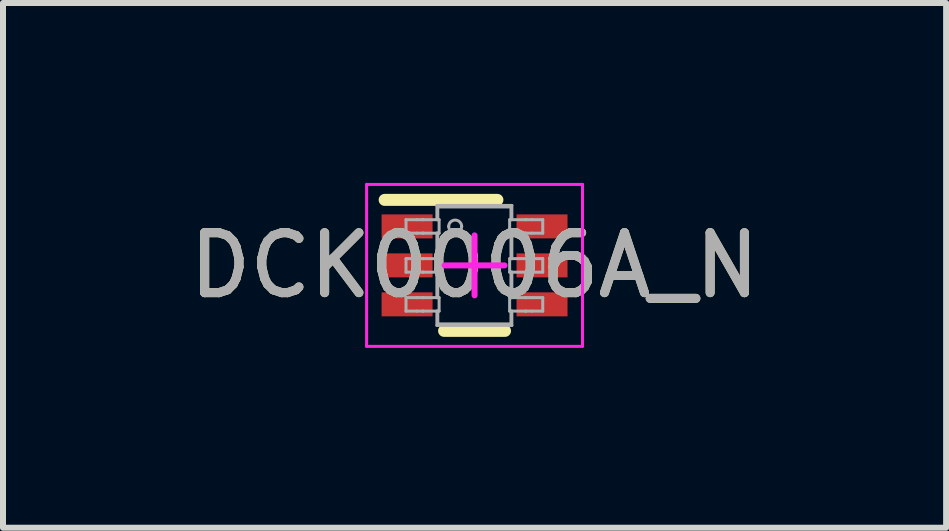
<source format=kicad_pcb>
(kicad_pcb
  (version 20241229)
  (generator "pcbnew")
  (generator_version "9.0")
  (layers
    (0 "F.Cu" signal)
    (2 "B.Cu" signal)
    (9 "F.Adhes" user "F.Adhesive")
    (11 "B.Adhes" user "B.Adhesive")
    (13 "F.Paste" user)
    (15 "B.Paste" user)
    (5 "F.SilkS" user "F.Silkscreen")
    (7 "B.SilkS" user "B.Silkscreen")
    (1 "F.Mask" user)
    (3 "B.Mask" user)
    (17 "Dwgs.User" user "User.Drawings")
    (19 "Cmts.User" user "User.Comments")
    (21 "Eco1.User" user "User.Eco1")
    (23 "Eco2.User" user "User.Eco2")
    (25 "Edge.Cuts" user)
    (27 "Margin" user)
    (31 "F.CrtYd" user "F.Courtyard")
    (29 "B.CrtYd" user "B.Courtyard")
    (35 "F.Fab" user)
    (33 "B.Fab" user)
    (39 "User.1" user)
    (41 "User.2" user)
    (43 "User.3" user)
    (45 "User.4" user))
  (footprint "DCK0006A_N"
    (layer "F.Cu")
    (at 4.863 1.375)
    (property "Reference" "DCK0006A_N" (at 0 0 0) (unlocked yes) (layer "F.SilkS") (effects (font (size 1 1) (thickness 0.15))))
    (attr smd)
    (fp_line (start -1.499 -1.092) (end 0.381 -1.092) (stroke (width 0.2) (type solid)) (layer "F.SilkS"))
    (fp_line (start -0.508 1.092) (end 0.508 1.092) (stroke (width 0.2) (type solid)) (layer "F.SilkS"))
    (fp_line (start -1.8 -1.35) (end 1.8 -1.35) (stroke (width 0.05) (type solid)) (layer "F.CrtYd"))
    (fp_line (start -1.8 1.35) (end -1.8 -1.35) (stroke (width 0.05) (type solid)) (layer "F.CrtYd"))
    (fp_line (start -1.8 1.35) (end 1.8 1.35) (stroke (width 0.05) (type solid)) (layer "F.CrtYd"))
    (fp_line (start -0.5 0) (end 0.5 0) (stroke (width 0.1) (type solid)) (layer "F.CrtYd"))
    (fp_line (start -0.000003 0.5) (end -0.000003 -0.5) (stroke (width 0.1) (type solid)) (layer "F.CrtYd"))
    (fp_line (start 1.8 1.35) (end 1.8 -1.35) (stroke (width 0.05) (type solid)) (layer "F.CrtYd"))
    (fp_line (start -1.143 -0.762) (end -0.959 -0.762) (stroke (width 0.05) (type solid)) (layer "F.Fab"))
    (fp_line (start -1.143 -0.537) (end -1.143 -0.762) (stroke (width 0.05) (type solid)) (layer "F.Fab"))
    (fp_line (start -1.143 -0.537) (end -0.959 -0.537) (stroke (width 0.05) (type solid)) (layer "F.Fab"))
    (fp_line (start -1.143 -0.112) (end -0.959 -0.112) (stroke (width 0.05) (type solid)) (layer "F.Fab"))
    (fp_line (start -1.143 0.113) (end -1.143 -0.112) (stroke (width 0.05) (type solid)) (layer "F.Fab"))
    (fp_line (start -1.143 0.113) (end -0.959 0.113) (stroke (width 0.05) (type solid)) (layer "F.Fab"))
    (fp_line (start -1.143 0.538) (end -0.959 0.538) (stroke (width 0.05) (type solid)) (layer "F.Fab"))
    (fp_line (start -1.143 0.763) (end -1.143 0.538) (stroke (width 0.05) (type solid)) (layer "F.Fab"))
    (fp_line (start -1.143 0.763) (end -0.959 0.763) (stroke (width 0.05) (type solid)) (layer "F.Fab"))
    (fp_line (start -0.959 -0.762) (end -0.865 -0.762) (stroke (width 0.05) (type solid)) (layer "F.Fab"))
    (fp_line (start -0.959 -0.537) (end -0.865 -0.537) (stroke (width 0.05) (type solid)) (layer "F.Fab"))
    (fp_line (start -0.959 -0.112) (end -0.865 -0.112) (stroke (width 0.05) (type solid)) (layer "F.Fab"))
    (fp_line (start -0.959 0.113) (end -0.865 0.113) (stroke (width 0.05) (type solid)) (layer "F.Fab"))
    (fp_line (start -0.959 0.538) (end -0.865 0.538) (stroke (width 0.05) (type solid)) (layer "F.Fab"))
    (fp_line (start -0.959 0.763) (end -0.865 0.763) (stroke (width 0.05) (type solid)) (layer "F.Fab"))
    (fp_line (start -0.865 -0.762) (end -0.853 -0.762) (stroke (width 0.05) (type solid)) (layer "F.Fab"))
    (fp_line (start -0.865 -0.537) (end -0.853 -0.537) (stroke (width 0.05) (type solid)) (layer "F.Fab"))
    (fp_line (start -0.865 -0.112) (end -0.853 -0.112) (stroke (width 0.05) (type solid)) (layer "F.Fab"))
    (fp_line (start -0.865 0.113) (end -0.853 0.113) (stroke (width 0.05) (type solid)) (layer "F.Fab"))
    (fp_line (start -0.865 0.538) (end -0.853 0.538) (stroke (width 0.05) (type solid)) (layer "F.Fab"))
    (fp_line (start -0.865 0.763) (end -0.853 0.763) (stroke (width 0.05) (type solid)) (layer "F.Fab"))
    (fp_line (start -0.853 -0.762) (end -0.628 -0.762) (stroke (width 0.05) (type solid)) (layer "F.Fab"))
    (fp_line (start -0.853 -0.537) (end -0.628 -0.537) (stroke (width 0.05) (type solid)) (layer "F.Fab"))
    (fp_line (start -0.853 -0.112) (end -0.628 -0.112) (stroke (width 0.05) (type solid)) (layer "F.Fab"))
    (fp_line (start -0.853 0.113) (end -0.628 0.113) (stroke (width 0.05) (type solid)) (layer "F.Fab"))
    (fp_line (start -0.853 0.538) (end -0.628 0.538) (stroke (width 0.05) (type solid)) (layer "F.Fab"))
    (fp_line (start -0.853 0.763) (end -0.628 0.763) (stroke (width 0.05) (type solid)) (layer "F.Fab"))
    (fp_line (start -0.628 -0.999) (end 0.622 -0.999) (stroke (width 0.05) (type solid)) (layer "F.Fab"))
    (fp_line (start -0.628 -0.762) (end -0.628 -0.999) (stroke (width 0.05) (type solid)) (layer "F.Fab"))
    (fp_line (start -0.628 -0.762) (end -0.591 -0.762) (stroke (width 0.05) (type solid)) (layer "F.Fab"))
    (fp_line (start -0.628 -0.537) (end -0.591 -0.537) (stroke (width 0.05) (type solid)) (layer "F.Fab"))
    (fp_line (start -0.628 -0.112) (end -0.628 -0.537) (stroke (width 0.05) (type solid)) (layer "F.Fab"))
    (fp_line (start -0.628 -0.112) (end -0.591 -0.112) (stroke (width 0.05) (type solid)) (layer "F.Fab"))
    (fp_line (start -0.628 0.113) (end -0.591 0.113) (stroke (width 0.05) (type solid)) (layer "F.Fab"))
    (fp_line (start -0.628 0.538) (end -0.628 0.113) (stroke (width 0.05) (type solid)) (layer "F.Fab"))
    (fp_line (start -0.628 0.538) (end -0.591 0.538) (stroke (width 0.05) (type solid)) (layer "F.Fab"))
    (fp_line (start -0.628 0.763) (end -0.591 0.763) (stroke (width 0.05) (type solid)) (layer "F.Fab"))
    (fp_line (start -0.628 1.001) (end -0.628 0.763) (stroke (width 0.05) (type solid)) (layer "F.Fab"))
    (fp_line (start -0.628 1.001) (end 0.622 1.001) (stroke (width 0.05) (type solid)) (layer "F.Fab"))
    (fp_line (start -0.613 -0.974) (end 0.607 -0.974) (stroke (width 0.05) (type solid)) (layer "F.Fab"))
    (fp_line (start -0.613 -0.762) (end -0.613 -0.974) (stroke (width 0.05) (type solid)) (layer "F.Fab"))
    (fp_line (start -0.613 -0.112) (end -0.613 -0.537) (stroke (width 0.05) (type solid)) (layer "F.Fab"))
    (fp_line (start -0.613 0.538) (end -0.613 0.113) (stroke (width 0.05) (type solid)) (layer "F.Fab"))
    (fp_line (start -0.613 0.976) (end -0.613 0.763) (stroke (width 0.05) (type solid)) (layer "F.Fab"))
    (fp_line (start -0.613 0.976) (end 0.607 0.976) (stroke (width 0.05) (type solid)) (layer "F.Fab"))
    (fp_line (start -0.591 -0.537) (end -0.591 -0.762) (stroke (width 0.05) (type solid)) (layer "F.Fab"))
    (fp_line (start -0.591 0.113) (end -0.591 -0.112) (stroke (width 0.05) (type solid)) (layer "F.Fab"))
    (fp_line (start -0.591 0.763) (end -0.591 0.538) (stroke (width 0.05) (type solid)) (layer "F.Fab"))
    (fp_line (start 0.585 -0.762) (end 0.622 -0.762) (stroke (width 0.05) (type solid)) (layer "F.Fab"))
    (fp_line (start 0.585 -0.537) (end 0.585 -0.762) (stroke (width 0.05) (type solid)) (layer "F.Fab"))
    (fp_line (start 0.585 -0.537) (end 0.622 -0.537) (stroke (width 0.05) (type solid)) (layer "F.Fab"))
    (fp_line (start 0.585 -0.112) (end 0.622 -0.112) (stroke (width 0.05) (type solid)) (layer "F.Fab"))
    (fp_line (start 0.585 0.113) (end 0.585 -0.112) (stroke (width 0.05) (type solid)) (layer "F.Fab"))
    (fp_line (start 0.585 0.113) (end 0.622 0.113) (stroke (width 0.05) (type solid)) (layer "F.Fab"))
    (fp_line (start 0.585 0.538) (end 0.622 0.538) (stroke (width 0.05) (type solid)) (layer "F.Fab"))
    (fp_line (start 0.585 0.763) (end 0.585 0.538) (stroke (width 0.05) (type solid)) (layer "F.Fab"))
    (fp_line (start 0.585 0.763) (end 0.622 0.763) (stroke (width 0.05) (type solid)) (layer "F.Fab"))
    (fp_line (start 0.607 -0.762) (end 0.607 -0.974) (stroke (width 0.05) (type solid)) (layer "F.Fab"))
    (fp_line (start 0.607 -0.112) (end 0.607 -0.537) (stroke (width 0.05) (type solid)) (layer "F.Fab"))
    (fp_line (start 0.607 0.538) (end 0.607 0.113) (stroke (width 0.05) (type solid)) (layer "F.Fab"))
    (fp_line (start 0.607 0.976) (end 0.607 0.763) (stroke (width 0.05) (type solid)) (layer "F.Fab"))
    (fp_line (start 0.622 -0.762) (end 0.622 -0.999) (stroke (width 0.05) (type solid)) (layer "F.Fab"))
    (fp_line (start 0.622 -0.762) (end 0.847 -0.762) (stroke (width 0.05) (type solid)) (layer "F.Fab"))
    (fp_line (start 0.622 -0.537) (end 0.847 -0.537) (stroke (width 0.05) (type solid)) (layer "F.Fab"))
    (fp_line (start 0.622 -0.112) (end 0.622 -0.537) (stroke (width 0.05) (type solid)) (layer "F.Fab"))
    (fp_line (start 0.622 -0.112) (end 0.847 -0.112) (stroke (width 0.05) (type solid)) (layer "F.Fab"))
    (fp_line (start 0.622 0.113) (end 0.847 0.113) (stroke (width 0.05) (type solid)) (layer "F.Fab"))
    (fp_line (start 0.622 0.538) (end 0.622 0.113) (stroke (width 0.05) (type solid)) (layer "F.Fab"))
    (fp_line (start 0.622 0.538) (end 0.847 0.538) (stroke (width 0.05) (type solid)) (layer "F.Fab"))
    (fp_line (start 0.622 0.763) (end 0.847 0.763) (stroke (width 0.05) (type solid)) (layer "F.Fab"))
    (fp_line (start 0.622 1.001) (end 0.622 0.763) (stroke (width 0.05) (type solid)) (layer "F.Fab"))
    (fp_line (start 0.847 -0.762) (end 0.859 -0.762) (stroke (width 0.05) (type solid)) (layer "F.Fab"))
    (fp_line (start 0.847 -0.537) (end 0.859 -0.537) (stroke (width 0.05) (type solid)) (layer "F.Fab"))
    (fp_line (start 0.847 -0.112) (end 0.859 -0.112) (stroke (width 0.05) (type solid)) (layer "F.Fab"))
    (fp_line (start 0.847 0.113) (end 0.859 0.113) (stroke (width 0.05) (type solid)) (layer "F.Fab"))
    (fp_line (start 0.847 0.538) (end 0.859 0.538) (stroke (width 0.05) (type solid)) (layer "F.Fab"))
    (fp_line (start 0.847 0.763) (end 0.859 0.763) (stroke (width 0.05) (type solid)) (layer "F.Fab"))
    (fp_line (start 0.859 -0.762) (end 0.953 -0.762) (stroke (width 0.05) (type solid)) (layer "F.Fab"))
    (fp_line (start 0.859 -0.537) (end 0.953 -0.537) (stroke (width 0.05) (type solid)) (layer "F.Fab"))
    (fp_line (start 0.859 -0.112) (end 0.953 -0.112) (stroke (width 0.05) (type solid)) (layer "F.Fab"))
    (fp_line (start 0.859 0.113) (end 0.953 0.113) (stroke (width 0.05) (type solid)) (layer "F.Fab"))
    (fp_line (start 0.859 0.538) (end 0.953 0.538) (stroke (width 0.05) (type solid)) (layer "F.Fab"))
    (fp_line (start 0.859 0.763) (end 0.953 0.763) (stroke (width 0.05) (type solid)) (layer "F.Fab"))
    (fp_line (start 0.953 -0.762) (end 1.137 -0.762) (stroke (width 0.05) (type solid)) (layer "F.Fab"))
    (fp_line (start 0.953 -0.537) (end 1.137 -0.537) (stroke (width 0.05) (type solid)) (layer "F.Fab"))
    (fp_line (start 0.953 -0.112) (end 1.137 -0.112) (stroke (width 0.05) (type solid)) (layer "F.Fab"))
    (fp_line (start 0.953 0.113) (end 1.137 0.113) (stroke (width 0.05) (type solid)) (layer "F.Fab"))
    (fp_line (start 0.953 0.538) (end 1.137 0.538) (stroke (width 0.05) (type solid)) (layer "F.Fab"))
    (fp_line (start 0.953 0.763) (end 1.137 0.763) (stroke (width 0.05) (type solid)) (layer "F.Fab"))
    (fp_line (start 1.137 -0.537) (end 1.137 -0.762) (stroke (width 0.05) (type solid)) (layer "F.Fab"))
    (fp_line (start 1.137 0.113) (end 1.137 -0.112) (stroke (width 0.05) (type solid)) (layer "F.Fab"))
    (fp_line (start 1.137 0.763) (end 1.137 0.538) (stroke (width 0.05) (type solid)) (layer "F.Fab"))
    (fp_arc (start -0.431546 -0.650138) (mid -0.323177 -0.758507) (end -0.214808 -0.650138) (stroke (width 0.05) (type solid)) (layer "F.Fab"))
    (fp_arc (start -0.214808 -0.650138) (mid -0.323177 -0.541769) (end -0.431546 -0.650138) (stroke (width 0.05) (type solid)) (layer "F.Fab"))
    (fp_text user "${REFERENCE}" (at 0 0 0) (unlocked yes) (layer "F.Fab") (effects (font (size 1 1) (thickness 0.15))))
    (pad "1" smd rect (at -1.125 -0.65 90) (size 0.4 0.85) (layers "F.Cu" "F.Mask" "F.Paste"))
    (pad "2" smd rect (at -1.125 0 90) (size 0.4 0.85) (layers "F.Cu" "F.Mask" "F.Paste"))
    (pad "3" smd rect (at -1.125 0.65 90) (size 0.4 0.85) (layers "F.Cu" "F.Mask" "F.Paste"))
    (pad "4" smd rect (at 1.125 0.65 90) (size 0.4 0.85) (layers "F.Cu" "F.Mask" "F.Paste"))
    (pad "5" smd rect (at 1.125 0 90) (size 0.4 0.85) (layers "F.Cu" "F.Mask" "F.Paste"))
    (pad "6" smd rect (at 1.125 -0.65 90) (size 0.4 0.85) (layers "F.Cu" "F.Mask" "F.Paste")))
  (gr_rect
    (start -3 -3)
    (end 12.726 5.75)
    (stroke (width 0.1) (type default))
    (fill no)
    (layer "Edge.Cuts")))
</source>
